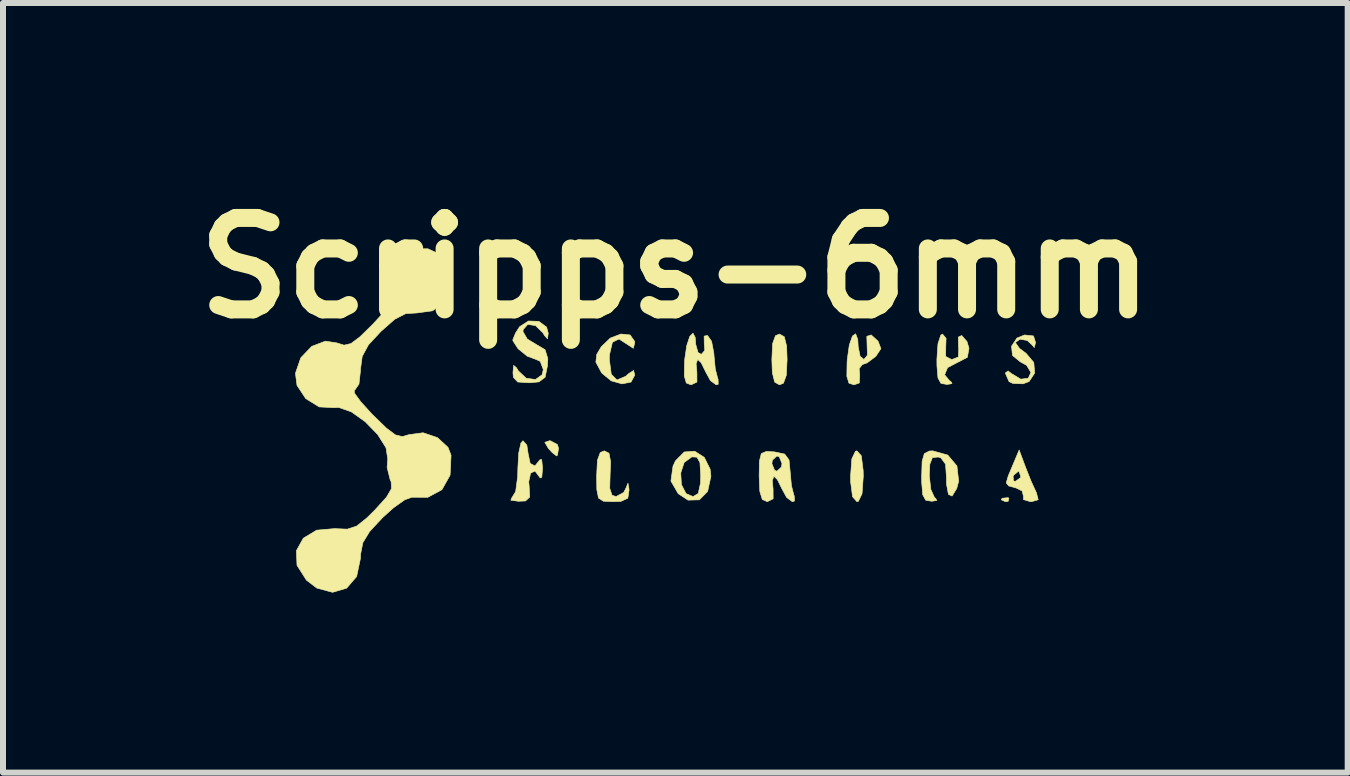
<source format=kicad_pcb>
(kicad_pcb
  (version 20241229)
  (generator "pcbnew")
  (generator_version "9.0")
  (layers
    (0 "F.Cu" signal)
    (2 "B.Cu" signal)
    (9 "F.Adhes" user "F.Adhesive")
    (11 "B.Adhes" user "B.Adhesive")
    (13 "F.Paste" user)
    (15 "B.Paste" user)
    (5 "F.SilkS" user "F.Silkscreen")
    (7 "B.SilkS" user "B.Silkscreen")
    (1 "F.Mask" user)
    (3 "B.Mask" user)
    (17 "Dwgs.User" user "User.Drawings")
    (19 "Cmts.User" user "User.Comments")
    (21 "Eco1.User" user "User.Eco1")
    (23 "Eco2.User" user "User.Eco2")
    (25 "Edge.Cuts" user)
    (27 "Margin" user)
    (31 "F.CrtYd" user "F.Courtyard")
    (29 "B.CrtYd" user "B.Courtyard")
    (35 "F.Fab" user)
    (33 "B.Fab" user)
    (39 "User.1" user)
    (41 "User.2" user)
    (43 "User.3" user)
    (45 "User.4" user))
  (footprint "Scripps-6mm"
    (layer "F.Cu")
    (at 8.208 3.958)
    (property "Reference" "Scripps-6mm" (at 0 -2.54 0) (layer "F.SilkS") (effects (font (size 1.524 1.524) (thickness 0.3))))
    (attr through_hole)
    (fp_poly (pts (xy 5.56 1.298) (xy 5.548 1.349) (xy 5.503 1.355) (xy 5.434 1.324) (xy 5.447 1.298) (xy 5.547 1.288) (xy 5.56 1.298)) (stroke (width 0.01) (type solid)) (fill yes) (layer "F.SilkS"))
    (fp_poly (pts (xy -1.966 0.402) (xy -1.947 0.466) (xy -1.965 0.579) (xy -1.979 0.593) (xy -2.052 0.537) (xy -2.117 0.466) (xy -2.176 0.366) (xy -2.098 0.339) (xy -2.085 0.339) (xy -1.966 0.402)) (stroke (width 0.01) (type solid)) (fill yes) (layer "F.SilkS"))
    (fp_poly (pts (xy 1.816 -1.394) (xy 1.855 -1.237) (xy 1.863 -1.016) (xy 1.849 -0.75) (xy 1.802 -0.62) (xy 1.736 -0.593) (xy 1.656 -0.638) (xy 1.617 -0.795) (xy 1.609 -1.016) (xy 1.622 -1.282) (xy 1.669 -1.412) (xy 1.736 -1.439) (xy 1.816 -1.394)) (stroke (width 0.01) (type solid)) (fill yes) (layer "F.SilkS"))
    (fp_poly (pts (xy 3.1 0.59) (xy 3.131 0.837) (xy 3.133 0.931) (xy 3.112 1.222) (xy 3.051 1.349) (xy 3.027 1.355) (xy 2.954 1.273) (xy 2.922 1.026) (xy 2.921 0.931) (xy 2.942 0.641) (xy 3.003 0.514) (xy 3.027 0.508) (xy 3.1 0.59)) (stroke (width 0.01) (type solid)) (fill yes) (layer "F.SilkS"))
    (fp_poly (pts (xy -1.106 0.547) (xy -1.079 0.688) (xy -1.087 0.889) (xy -1.094 1.132) (xy -1.056 1.247) (xy -0.988 1.27) (xy -0.86 1.2) (xy -0.82 1.122) (xy -0.79 1.046) (xy -0.774 1.133) (xy -0.772 1.164) (xy -0.792 1.297) (xy -0.904 1.348) (xy -1.037 1.355) (xy -1.2 1.347) (xy -1.281 1.295) (xy -1.309 1.154) (xy -1.312 0.931) (xy -1.299 0.665) (xy -1.252 0.536) (xy -1.185 0.508) (xy -1.106 0.547)) (stroke (width 0.01) (type solid)) (fill yes) (layer "F.SilkS"))
    (fp_poly (pts (xy 3.041 -1.349) (xy 3.048 -1.228) (xy 3.08 -1.069) (xy 3.143 -1.016) (xy 3.202 -1.087) (xy 3.197 -1.228) (xy 3.192 -1.401) (xy 3.264 -1.425) (xy 3.379 -1.321) (xy 3.427 -1.196) (xy 3.341 -1.067) (xy 3.197 -0.959) (xy 3.117 -0.931) (xy 3.064 -0.864) (xy 3.073 -0.762) (xy 3.067 -0.624) (xy 2.977 -0.593) (xy 2.894 -0.621) (xy 2.859 -0.734) (xy 2.863 -0.97) (xy 2.866 -1.016) (xy 2.9 -1.257) (xy 2.952 -1.406) (xy 3.005 -1.444) (xy 3.041 -1.349)) (stroke (width 0.01) (type solid)) (fill yes) (layer "F.SilkS"))
    (fp_poly (pts (xy -0.754 -1.424) (xy -0.679 -1.317) (xy -0.677 -1.295) (xy -0.7 -1.202) (xy -0.779 -1.253) (xy -0.94 -1.357) (xy -1.049 -1.303) (xy -1.098 -1.096) (xy -1.101 -1.016) (xy -1.068 -0.769) (xy -0.974 -0.674) (xy -0.826 -0.736) (xy -0.779 -0.779) (xy -0.696 -0.832) (xy -0.677 -0.755) (xy -0.739 -0.639) (xy -0.888 -0.609) (xy -1.068 -0.659) (xy -1.222 -0.785) (xy -1.236 -0.805) (xy -1.325 -0.971) (xy -1.31 -1.101) (xy -1.235 -1.228) (xy -1.085 -1.372) (xy -0.907 -1.44) (xy -0.754 -1.424)) (stroke (width 0.01) (type solid)) (fill yes) (layer "F.SilkS"))
    (fp_poly (pts (xy -2.476 0.411) (xy -2.455 0.55) (xy -2.42 0.717) (xy -2.341 0.759) (xy -2.257 0.656) (xy -2.228 0.652) (xy -2.215 0.784) (xy -2.215 0.804) (xy -2.226 0.948) (xy -2.254 0.96) (xy -2.257 0.953) (xy -2.339 0.845) (xy -2.413 0.878) (xy -2.444 1.023) (xy -2.437 1.101) (xy -2.428 1.278) (xy -2.498 1.343) (xy -2.618 1.348) (xy -2.742 1.33) (xy -2.731 1.299) (xy -2.662 1.186) (xy -2.628 0.932) (xy -2.625 0.797) (xy -2.611 0.544) (xy -2.574 0.378) (xy -2.54 0.339) (xy -2.476 0.411)) (stroke (width 0.01) (type solid)) (fill yes) (layer "F.SilkS"))
    (fp_poly (pts (xy 0.482 0.616) (xy 0.58 0.813) (xy 0.593 0.931) (xy 0.538 1.185) (xy 0.4 1.324) (xy 0.212 1.329) (xy 0.048 1.222) (xy -0.074 1.011) (xy -0.055 0.876) (xy 0.09 0.876) (xy 0.101 1.07) (xy 0.179 1.221) (xy 0.294 1.27) (xy 0.382 1.218) (xy 0.42 1.043) (xy 0.423 0.925) (xy 0.41 0.704) (xy 0.36 0.613) (xy 0.275 0.608) (xy 0.147 0.701) (xy 0.09 0.876) (xy -0.055 0.876) (xy -0.039 0.762) (xy 0.003 0.672) (xy 0.149 0.526) (xy 0.323 0.514) (xy 0.482 0.616)) (stroke (width 0.01) (type solid)) (fill yes) (layer "F.SilkS"))
    (fp_poly (pts (xy 4.541 0.578) (xy 4.694 0.76) (xy 4.723 1.014) (xy 4.69 1.136) (xy 4.613 1.262) (xy 4.552 1.233) (xy 4.521 1.066) (xy 4.52 0.955) (xy 4.504 0.729) (xy 4.427 0.625) (xy 4.381 0.61) (xy 4.285 0.621) (xy 4.242 0.73) (xy 4.233 0.918) (xy 4.258 1.148) (xy 4.32 1.286) (xy 4.339 1.299) (xy 4.358 1.334) (xy 4.276 1.348) (xy 4.174 1.331) (xy 4.124 1.24) (xy 4.107 1.037) (xy 4.106 0.931) (xy 4.114 0.679) (xy 4.151 0.553) (xy 4.234 0.511) (xy 4.291 0.508) (xy 4.541 0.578)) (stroke (width 0.01) (type solid)) (fill yes) (layer "F.SilkS"))
    (fp_poly (pts (xy 5.836 0.776) (xy 5.93 1.013) (xy 6.016 1.2) (xy 6.019 1.206) (xy 6.049 1.322) (xy 5.941 1.354) (xy 5.922 1.355) (xy 5.803 1.321) (xy 5.803 1.264) (xy 5.78 1.176) (xy 5.681 1.127) (xy 5.556 1.092) (xy 5.516 1.042) (xy 5.548 0.931) (xy 5.63 0.931) (xy 5.637 1.009) (xy 5.668 1.016) (xy 5.754 0.955) (xy 5.757 0.931) (xy 5.728 0.849) (xy 5.72 0.847) (xy 5.648 0.906) (xy 5.63 0.931) (xy 5.548 0.931) (xy 5.551 0.922) (xy 5.617 0.765) (xy 5.731 0.494) (xy 5.836 0.776)) (stroke (width 0.01) (type solid)) (fill yes) (layer "F.SilkS"))
    (fp_poly (pts (xy 4.513 -1.369) (xy 4.508 -1.228) (xy 4.506 -1.066) (xy 4.602 -1.016) (xy 4.614 -1.016) (xy 4.718 -1.057) (xy 4.724 -1.207) (xy 4.72 -1.231) (xy 4.717 -1.389) (xy 4.774 -1.415) (xy 4.861 -1.315) (xy 4.895 -1.203) (xy 4.868 -1.051) (xy 4.707 -0.968) (xy 4.704 -0.967) (xy 4.538 -0.88) (xy 4.489 -0.76) (xy 4.575 -0.657) (xy 4.593 -0.649) (xy 4.612 -0.613) (xy 4.53 -0.599) (xy 4.428 -0.617) (xy 4.378 -0.707) (xy 4.361 -0.911) (xy 4.36 -1.016) (xy 4.378 -1.278) (xy 4.425 -1.422) (xy 4.454 -1.439) (xy 4.513 -1.369)) (stroke (width 0.01) (type solid)) (fill yes) (layer "F.SilkS"))
    (fp_poly (pts (xy 5.97 -1.408) (xy 6.005 -1.297) (xy 5.983 -1.214) (xy 5.955 -1.249) (xy 5.867 -1.332) (xy 5.745 -1.354) (xy 5.674 -1.303) (xy 5.673 -1.29) (xy 5.736 -1.201) (xy 5.847 -1.117) (xy 5.975 -0.966) (xy 5.99 -0.789) (xy 5.898 -0.649) (xy 5.796 -0.61) (xy 5.628 -0.616) (xy 5.563 -0.646) (xy 5.504 -0.78) (xy 5.503 -0.793) (xy 5.547 -0.824) (xy 5.605 -0.779) (xy 5.758 -0.687) (xy 5.884 -0.704) (xy 5.927 -0.799) (xy 5.856 -0.918) (xy 5.752 -0.975) (xy 5.62 -1.082) (xy 5.604 -1.237) (xy 5.695 -1.373) (xy 5.821 -1.424) (xy 5.97 -1.408)) (stroke (width 0.01) (type solid)) (fill yes) (layer "F.SilkS"))
    (fp_poly (pts (xy 0.331 -1.383) (xy 0.339 -1.27) (xy 0.378 -1.132) (xy 0.433 -1.101) (xy 0.491 -1.168) (xy 0.482 -1.275) (xy 0.48 -1.405) (xy 0.536 -1.416) (xy 0.604 -1.318) (xy 0.642 -1.12) (xy 0.644 -1.085) (xy 0.666 -0.856) (xy 0.707 -0.698) (xy 0.712 -0.689) (xy 0.715 -0.603) (xy 0.68 -0.593) (xy 0.585 -0.663) (xy 0.508 -0.804) (xy 0.431 -0.961) (xy 0.373 -1.016) (xy 0.346 -0.945) (xy 0.359 -0.804) (xy 0.36 -0.64) (xy 0.263 -0.593) (xy 0.183 -0.623) (xy 0.149 -0.742) (xy 0.154 -0.985) (xy 0.156 -1.016) (xy 0.19 -1.247) (xy 0.241 -1.401) (xy 0.294 -1.454) (xy 0.331 -1.383)) (stroke (width 0.01) (type solid)) (fill yes) (layer "F.SilkS"))
    (fp_poly (pts (xy 1.651 0.525) (xy 1.822 0.561) (xy 1.895 0.659) (xy 1.914 0.856) (xy 1.935 1.087) (xy 1.976 1.247) (xy 1.982 1.258) (xy 1.985 1.344) (xy 1.95 1.355) (xy 1.855 1.284) (xy 1.778 1.143) (xy 1.701 0.987) (xy 1.643 0.931) (xy 1.616 1.002) (xy 1.629 1.143) (xy 1.63 1.307) (xy 1.533 1.355) (xy 1.449 1.318) (xy 1.408 1.183) (xy 1.397 0.928) (xy 1.401 0.72) (xy 1.609 0.72) (xy 1.654 0.832) (xy 1.693 0.847) (xy 1.768 0.778) (xy 1.778 0.72) (xy 1.732 0.607) (xy 1.693 0.593) (xy 1.618 0.661) (xy 1.609 0.72) (xy 1.401 0.72) (xy 1.402 0.676) (xy 1.433 0.553) (xy 1.517 0.517) (xy 1.651 0.525)) (stroke (width 0.01) (type solid)) (fill yes) (layer "F.SilkS"))
    (fp_poly (pts (xy -2.276 -1.651) (xy -2.147 -1.556) (xy -2.119 -1.455) (xy -2.131 -1.36) (xy -2.179 -1.412) (xy -2.208 -1.46) (xy -2.331 -1.581) (xy -2.461 -1.6) (xy -2.537 -1.514) (xy -2.54 -1.48) (xy -2.469 -1.357) (xy -2.323 -1.268) (xy -2.172 -1.179) (xy -2.126 -1.031) (xy -2.132 -0.91) (xy -2.171 -0.719) (xy -2.274 -0.642) (xy -2.434 -0.627) (xy -2.627 -0.64) (xy -2.7 -0.718) (xy -2.707 -0.796) (xy -2.696 -0.917) (xy -2.65 -0.879) (xy -2.618 -0.826) (xy -2.485 -0.702) (xy -2.331 -0.682) (xy -2.221 -0.761) (xy -2.201 -0.847) (xy -2.252 -0.984) (xy -2.322 -1.016) (xy -2.47 -1.071) (xy -2.623 -1.196) (xy -2.707 -1.326) (xy -2.709 -1.345) (xy -2.664 -1.456) (xy -2.597 -1.561) (xy -2.449 -1.657) (xy -2.276 -1.651)) (stroke (width 0.01) (type solid)) (fill yes) (layer "F.SilkS"))
    (fp_poly (pts (xy -3.897 -2.754) (xy -3.865 -2.724) (xy -3.732 -2.474) (xy -3.732 -2.212) (xy -3.844 -1.982) (xy -4.048 -1.827) (xy -4.308 -1.791) (xy -4.495 -1.78) (xy -4.678 -1.686) (xy -4.908 -1.484) (xy -5.117 -1.258) (xy -5.22 -1.067) (xy -5.249 -0.852) (xy -5.249 -0.829) (xy -5.274 -0.606) (xy -5.341 -0.509) (xy -5.352 -0.508) (xy -5.349 -0.454) (xy -5.246 -0.313) (xy -5.065 -0.113) (xy -5.044 -0.092) (xy -4.818 0.128) (xy -4.666 0.242) (xy -4.55 0.27) (xy -4.443 0.238) (xy -4.205 0.206) (xy -3.966 0.287) (xy -3.79 0.449) (xy -3.739 0.581) (xy -3.755 0.913) (xy -3.891 1.155) (xy -4.126 1.282) (xy -4.393 1.281) (xy -4.512 1.324) (xy -4.701 1.459) (xy -4.88 1.62) (xy -5.097 1.853) (xy -5.21 2.04) (xy -5.248 2.236) (xy -5.249 2.299) (xy -5.313 2.603) (xy -5.48 2.797) (xy -5.714 2.866) (xy -5.977 2.795) (xy -6.15 2.663) (xy -6.307 2.416) (xy -6.317 2.171) (xy -6.202 1.964) (xy -5.98 1.83) (xy -5.673 1.803) (xy -5.66 1.805) (xy -5.468 1.813) (xy -5.313 1.762) (xy -5.139 1.623) (xy -5.009 1.494) (xy -4.815 1.28) (xy -4.731 1.135) (xy -4.738 1.022) (xy -4.754 0.989) (xy -4.805 0.783) (xy -4.794 0.644) (xy -4.823 0.457) (xy -4.962 0.236) (xy -5.169 0.023) (xy -5.4 -0.142) (xy -5.612 -0.216) (xy -5.685 -0.212) (xy -5.938 -0.225) (xy -6.162 -0.364) (xy -6.307 -0.584) (xy -6.333 -0.785) (xy -6.244 -1.043) (xy -6.062 -1.234) (xy -5.834 -1.321) (xy -5.644 -1.292) (xy -5.522 -1.254) (xy -5.407 -1.281) (xy -5.257 -1.394) (xy -5.048 -1.598) (xy -4.832 -1.834) (xy -4.735 -1.988) (xy -4.743 -2.083) (xy -4.751 -2.093) (xy -4.806 -2.253) (xy -4.769 -2.476) (xy -4.655 -2.693) (xy -4.608 -2.746) (xy -4.389 -2.859) (xy -4.125 -2.861) (xy -3.897 -2.754)) (stroke (width 0.01) (type solid)) (fill yes) (layer "F.SilkS")))
  (gr_rect
    (start -3 -3)
    (end 19.416 9.829)
    (stroke (width 0.1) (type default))
    (fill no)
    (layer "Edge.Cuts")))
</source>
